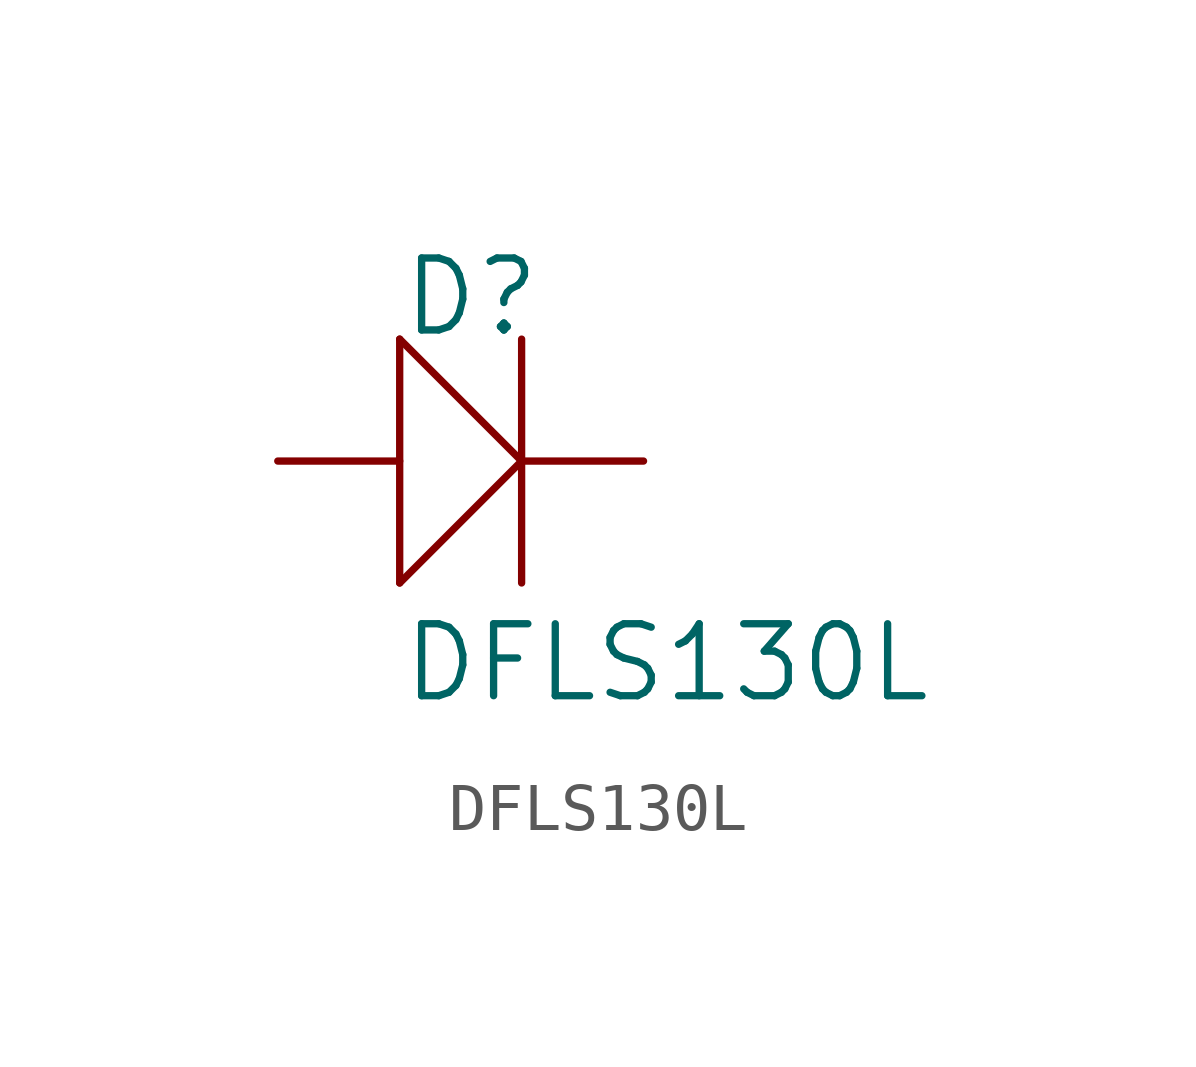
<source format=kicad_sym>
(kicad_symbol_lib
  (version 20231120)
  (generator "kicad_symbol_editor")
  (generator_version "8.0")
  (symbol "DFLS130L"
    (pin_names
      (offset 1.016))
    (property "Reference" "D"
      (at 0 2.54 0)
      (effects (font (size 1.499 1.499)) (justify left bottom)))
    (property "Value" "DFLS130L"
      (at 0 -5.08 0)
      (effects (font (size 1.499 1.499)) (justify left bottom)))
    (symbol "DFLS130L_1_0"
      (polyline (pts (xy 0 -2.54) (xy 2.54 0)) (stroke (width 0) (type default)) (fill (type none)))
      (polyline (pts (xy 0 2.54) (xy 0 -2.54)) (stroke (width 0) (type default)) (fill (type none)))
      (polyline (pts (xy 2.54 0) (xy 0 2.54)) (stroke (width 0) (type default)) (fill (type none)))
      (polyline (pts (xy 2.54 2.54) (xy 2.54 -2.54)) (stroke (width 0) (type default)) (fill (type none)))
      (pin bidirectional line (at -2.54 0 0) (length 2.54) (name "A" (effects (font (size 0 0)))) (number "A" (effects (font (size 0 0)))))
      (pin bidirectional line (at 5.08 0 180) (length 2.54) (name "C" (effects (font (size 0 0)))) (number "C" (effects (font (size 0 0))))))))
</source>
